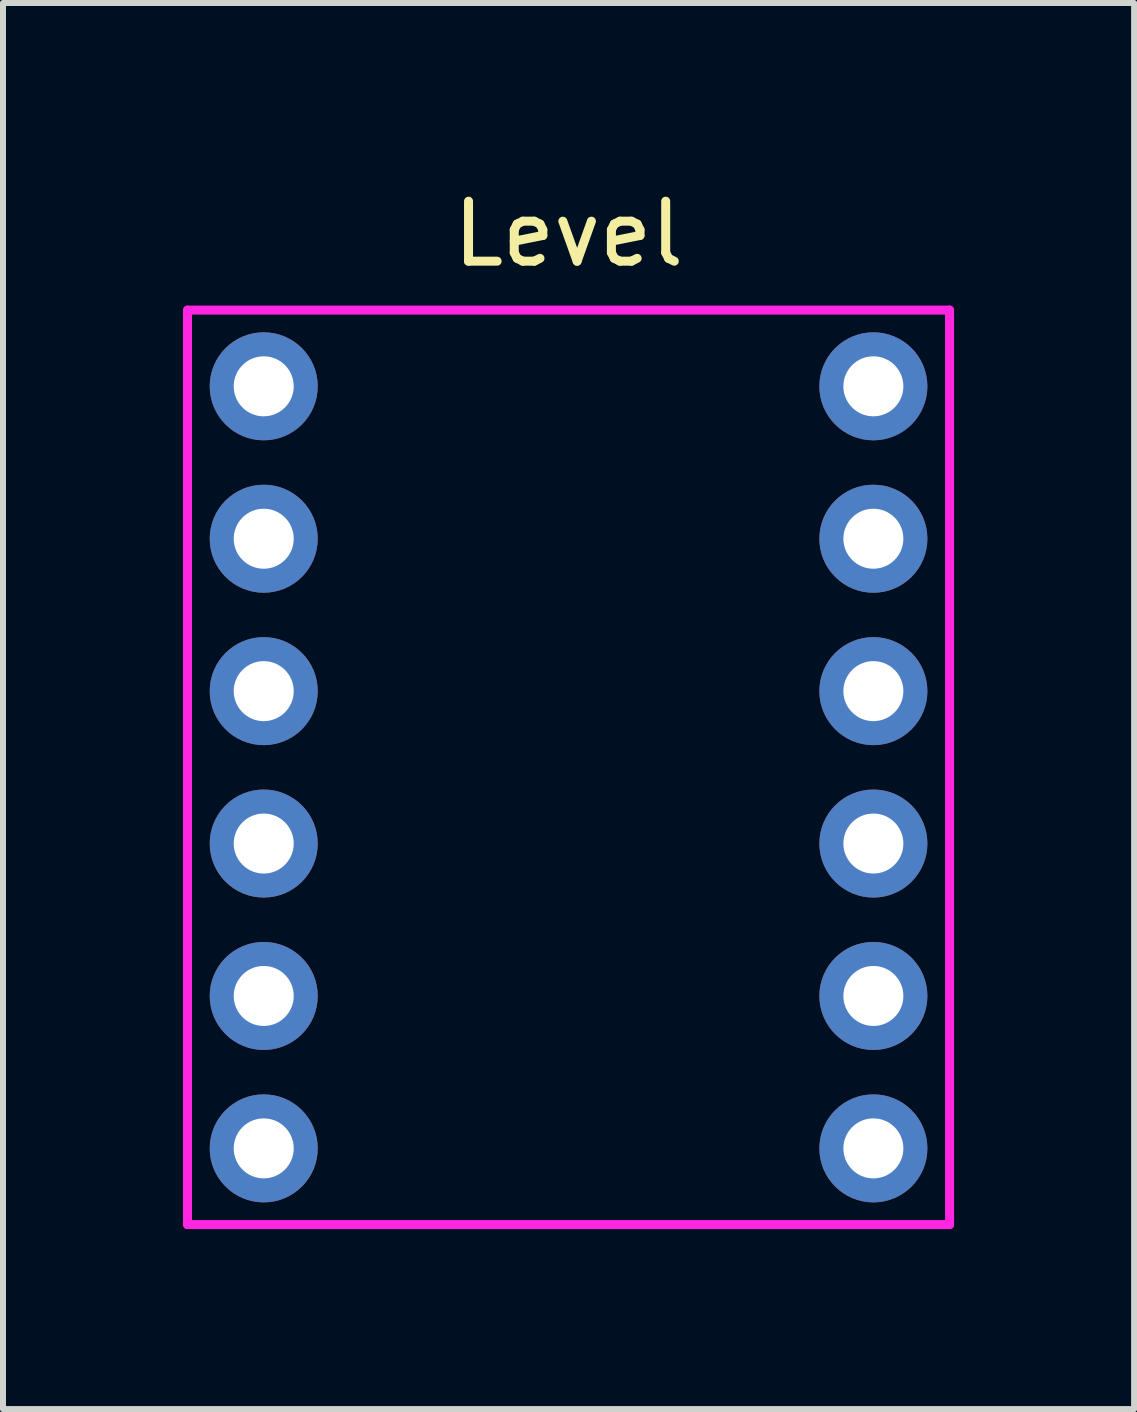
<source format=kicad_pcb>
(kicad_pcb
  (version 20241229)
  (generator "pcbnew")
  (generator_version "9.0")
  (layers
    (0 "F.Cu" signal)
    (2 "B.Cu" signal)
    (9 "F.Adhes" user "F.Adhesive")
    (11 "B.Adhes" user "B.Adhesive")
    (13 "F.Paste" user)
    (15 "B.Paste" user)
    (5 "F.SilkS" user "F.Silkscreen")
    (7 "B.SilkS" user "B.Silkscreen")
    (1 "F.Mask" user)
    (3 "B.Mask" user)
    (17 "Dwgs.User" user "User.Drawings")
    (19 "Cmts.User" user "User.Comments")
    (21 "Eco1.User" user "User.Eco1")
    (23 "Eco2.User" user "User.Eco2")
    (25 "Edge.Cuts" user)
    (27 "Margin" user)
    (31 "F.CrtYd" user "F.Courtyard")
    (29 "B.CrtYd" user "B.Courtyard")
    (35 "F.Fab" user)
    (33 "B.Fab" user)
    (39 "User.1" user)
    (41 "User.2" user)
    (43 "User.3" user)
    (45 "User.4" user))
  (footprint "Level"
    (layer "F.Cu")
    (at 6.425 9.738)
    (property "Reference" "Level" (at 0 -8.89 0) (layer "F.SilkS") (effects (font (size 1 1) (thickness 0.15))))
    (attr through_hole)
    (fp_line (start -6.35 -7.62) (end -6.35 7.62) (stroke (width 0.15) (type solid)) (layer "F.CrtYd"))
    (fp_line (start -6.35 7.62) (end 6.35 7.62) (stroke (width 0.15) (type solid)) (layer "F.CrtYd"))
    (fp_line (start 6.35 -7.62) (end -6.35 -7.62) (stroke (width 0.15) (type solid)) (layer "F.CrtYd"))
    (fp_line (start 6.35 -7.62) (end 6.35 7.62) (stroke (width 0.15) (type solid)) (layer "F.CrtYd"))
    (pad "1" thru_hole circle (at -5.08 -6.35) (size 1.8 1.8) (drill 1) (layers "*.Cu" "*.Mask"))
    (pad "2" thru_hole circle (at -5.08 -3.81) (size 1.8 1.8) (drill 1) (layers "*.Cu" "*.Mask"))
    (pad "3" thru_hole circle (at -5.08 -1.27) (size 1.8 1.8) (drill 1) (layers "*.Cu" "*.Mask"))
    (pad "4" thru_hole circle (at -5.08 1.27) (size 1.8 1.8) (drill 1) (layers "*.Cu" "*.Mask"))
    (pad "5" thru_hole circle (at -5.08 3.81) (size 1.8 1.8) (drill 1) (layers "*.Cu" "*.Mask"))
    (pad "6" thru_hole circle (at -5.08 6.35) (size 1.8 1.8) (drill 1) (layers "*.Cu" "*.Mask"))
    (pad "7" thru_hole circle (at 5.08 6.35) (size 1.8 1.8) (drill 1) (layers "*.Cu" "*.Mask"))
    (pad "8" thru_hole circle (at 5.08 3.81) (size 1.8 1.8) (drill 1) (layers "*.Cu" "*.Mask"))
    (pad "9" thru_hole circle (at 5.08 1.27) (size 1.8 1.8) (drill 1) (layers "*.Cu" "*.Mask"))
    (pad "10" thru_hole circle (at 5.08 -1.27) (size 1.8 1.8) (drill 1) (layers "*.Cu" "*.Mask"))
    (pad "11" thru_hole circle (at 5.08 -3.81) (size 1.8 1.8) (drill 1) (layers "*.Cu" "*.Mask"))
    (pad "12" thru_hole circle (at 5.08 -6.35) (size 1.8 1.8) (drill 1) (layers "*.Cu" "*.Mask")))
  (gr_rect
    (start -3 -3)
    (end 15.85 20.433)
    (stroke (width 0.1) (type default))
    (fill no)
    (layer "Edge.Cuts")))
</source>
